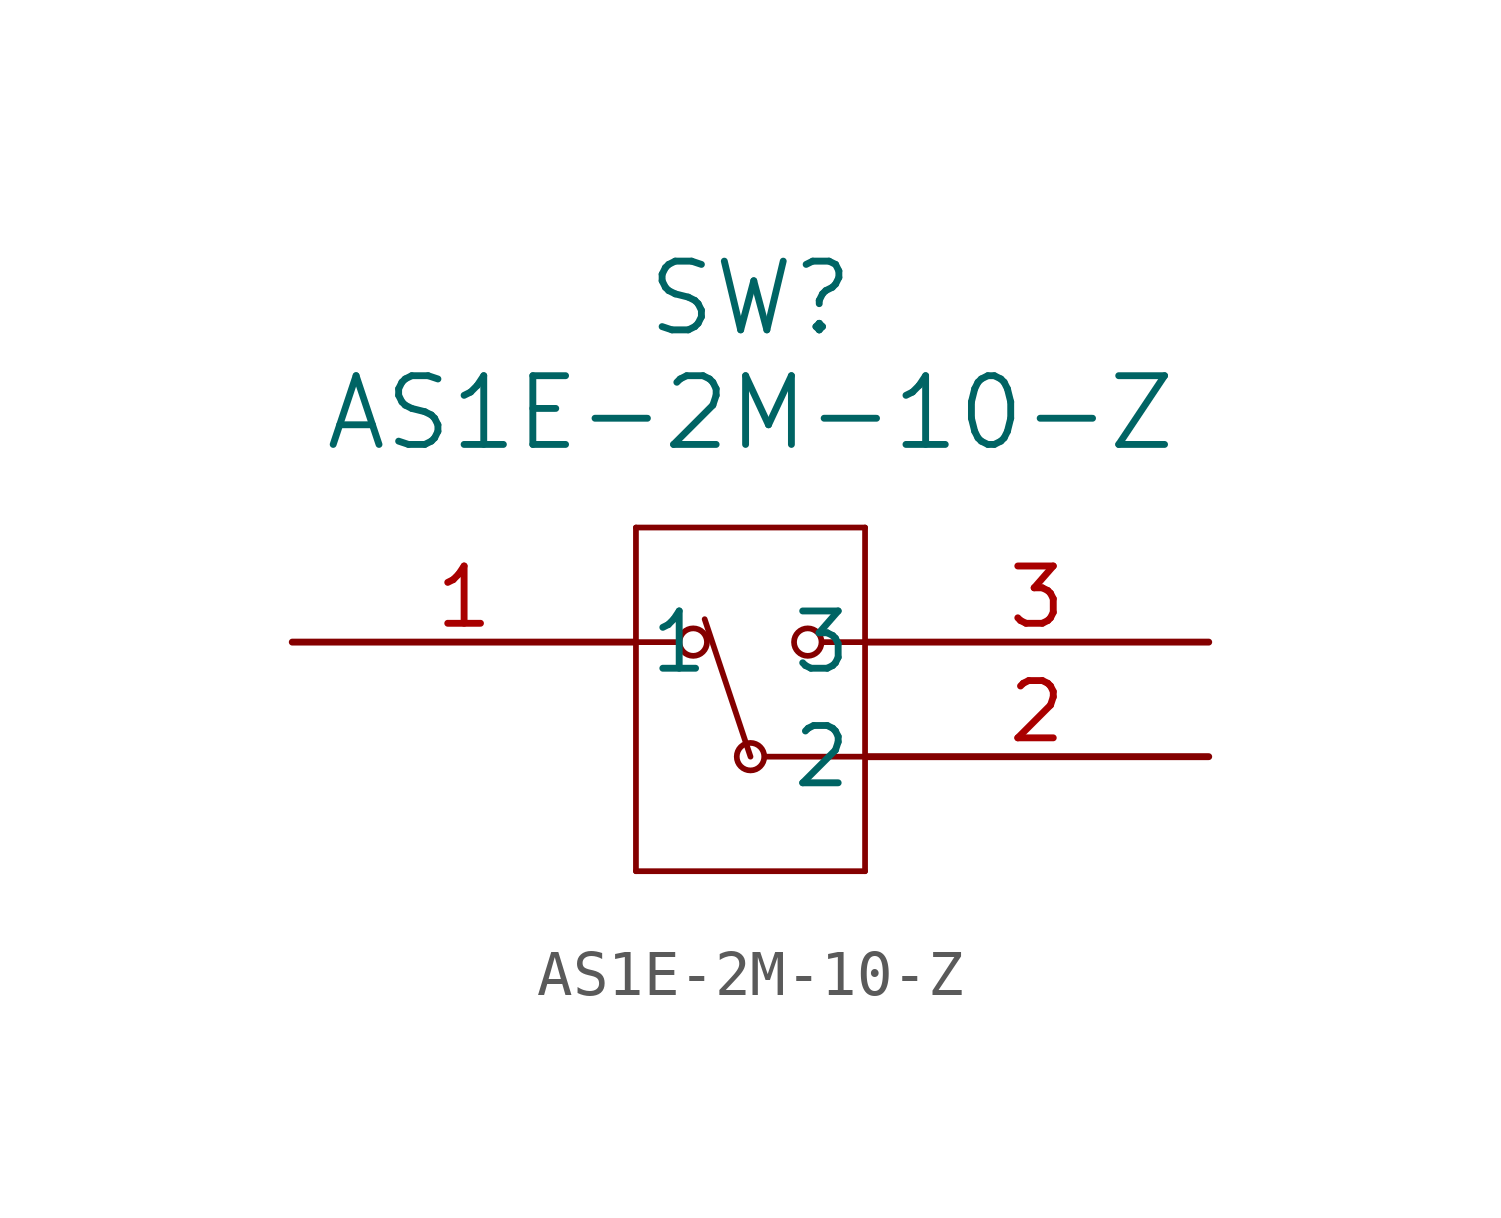
<source format=kicad_sym>
(kicad_symbol_lib
  (version 20211014)
  (generator kicad_symbol_editor)
  (symbol "AS1E-2M-10-Z"
    (pin_names
      (offset 0.254))
    (property "Reference" "SW"
      (at 10.16 7.62 0)
      (effects (font (size 1.524 1.524))))
    (property "Value" "AS1E-2M-10-Z"
      (at 10.16 5.08 0)
      (effects (font (size 1.524 1.524))))
    (symbol "AS1E-2M-10-Z_0_1"
      (polyline (pts (xy 7.62 2.54) (xy 7.62 -5.08)) (stroke (width 0.127) (type default) (color 0 0 0 0)) (fill (type none)))
      (polyline (pts (xy 7.62 -5.08) (xy 12.7 -5.08)) (stroke (width 0.127) (type default) (color 0 0 0 0)) (fill (type none)))
      (polyline (pts (xy 12.7 -5.08) (xy 12.7 2.54)) (stroke (width 0.127) (type default) (color 0 0 0 0)) (fill (type none)))
      (polyline (pts (xy 12.7 2.54) (xy 7.62 2.54)) (stroke (width 0.127) (type default) (color 0 0 0 0)) (fill (type none)))
      (circle (center 8.89 0) (radius 0.305) (stroke (width 0.127) (type default) (color 0 0 0 0)) (fill (type none)))
      (circle (center 11.43 0) (radius 0.305) (stroke (width 0.127) (type default) (color 0 0 0 0)) (fill (type none)))
      (circle (center 10.16 -2.54) (radius 0.305) (stroke (width 0.127) (type default) (color 0 0 0 0)) (fill (type none)))
      (polyline (pts (xy 8.572 0) (xy 7.62 0)) (stroke (width 0.127) (type default) (color 0 0 0 0)) (fill (type none)))
      (polyline (pts (xy 11.748 0) (xy 12.7 0)) (stroke (width 0.127) (type default) (color 0 0 0 0)) (fill (type none)))
      (polyline (pts (xy 10.477 -2.54) (xy 12.7 -2.54)) (stroke (width 0.127) (type default) (color 0 0 0 0)) (fill (type none)))
      (polyline (pts (xy 10.16 -2.54) (xy 9.144 0.508)) (stroke (width 0.127) (type default) (color 0 0 0 0)) (fill (type none)))
      (pin unspecified line (at 0 0 0) (length 7.62) (name "1" (effects (font (size 1.27 1.27)))) (number "1" (effects (font (size 1.27 1.27)))))
      (pin unspecified line (at 20.32 -2.54 180) (length 7.62) (name "2" (effects (font (size 1.27 1.27)))) (number "2" (effects (font (size 1.27 1.27)))))
      (pin unspecified line (at 20.32 0 180) (length 7.62) (name "3" (effects (font (size 1.27 1.27)))) (number "3" (effects (font (size 1.27 1.27))))))))
</source>
